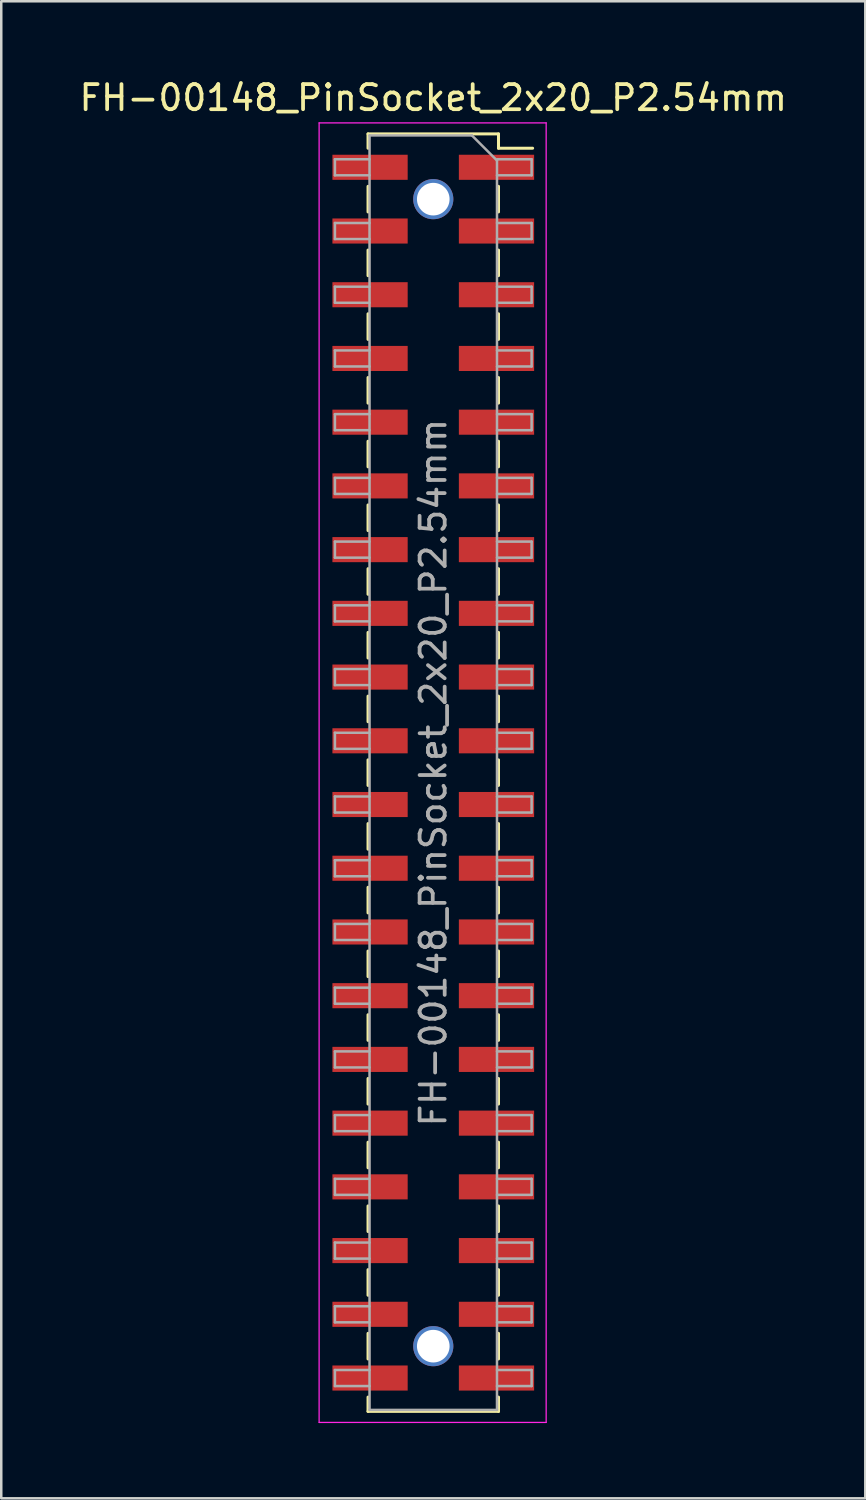
<source format=kicad_pcb>
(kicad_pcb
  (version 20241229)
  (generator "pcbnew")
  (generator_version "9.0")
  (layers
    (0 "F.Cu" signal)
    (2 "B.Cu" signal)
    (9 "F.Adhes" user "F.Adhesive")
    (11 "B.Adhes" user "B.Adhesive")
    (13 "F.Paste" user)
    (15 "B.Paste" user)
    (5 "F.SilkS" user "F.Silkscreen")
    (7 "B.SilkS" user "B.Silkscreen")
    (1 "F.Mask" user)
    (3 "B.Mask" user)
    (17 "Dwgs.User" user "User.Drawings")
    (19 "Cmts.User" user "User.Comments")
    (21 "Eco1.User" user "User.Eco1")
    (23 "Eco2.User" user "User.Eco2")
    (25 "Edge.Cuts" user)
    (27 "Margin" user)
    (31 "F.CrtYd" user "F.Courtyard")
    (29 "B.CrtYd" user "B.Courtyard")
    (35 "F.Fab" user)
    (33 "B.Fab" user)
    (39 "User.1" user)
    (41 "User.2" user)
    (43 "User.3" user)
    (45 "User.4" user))
  (footprint "FH-00148_PinSocket_2x20_P2.54mm"
    (layer "F.Cu")
    (at 14.22 27.748)
    (property "Reference" "FH-00148_PinSocket_2x20_P2.54mm" (at 0 -26.9 0) (layer "F.SilkS") (effects (font (size 1 1) (thickness 0.15))))
    (attr smd)
    (fp_line (start -2.6 -25.46) (end -2.6 -24.89) (stroke (width 0.12) (type solid)) (layer "F.SilkS"))
    (fp_line (start -2.6 -25.46) (end 2.6 -25.46) (stroke (width 0.12) (type solid)) (layer "F.SilkS"))
    (fp_line (start -2.6 -23.37) (end -2.6 -22.35) (stroke (width 0.12) (type solid)) (layer "F.SilkS"))
    (fp_line (start -2.6 -20.83) (end -2.6 -19.81) (stroke (width 0.12) (type solid)) (layer "F.SilkS"))
    (fp_line (start -2.6 -18.29) (end -2.6 -17.27) (stroke (width 0.12) (type solid)) (layer "F.SilkS"))
    (fp_line (start -2.6 -15.75) (end -2.6 -14.73) (stroke (width 0.12) (type solid)) (layer "F.SilkS"))
    (fp_line (start -2.6 -13.21) (end -2.6 -12.19) (stroke (width 0.12) (type solid)) (layer "F.SilkS"))
    (fp_line (start -2.6 -10.67) (end -2.6 -9.65) (stroke (width 0.12) (type solid)) (layer "F.SilkS"))
    (fp_line (start -2.6 -8.13) (end -2.6 -7.11) (stroke (width 0.12) (type solid)) (layer "F.SilkS"))
    (fp_line (start -2.6 -5.59) (end -2.6 -4.57) (stroke (width 0.12) (type solid)) (layer "F.SilkS"))
    (fp_line (start -2.6 -3.05) (end -2.6 -2.03) (stroke (width 0.12) (type solid)) (layer "F.SilkS"))
    (fp_line (start -2.6 -0.51) (end -2.6 0.51) (stroke (width 0.12) (type solid)) (layer "F.SilkS"))
    (fp_line (start -2.6 2.03) (end -2.6 3.05) (stroke (width 0.12) (type solid)) (layer "F.SilkS"))
    (fp_line (start -2.6 4.57) (end -2.6 5.59) (stroke (width 0.12) (type solid)) (layer "F.SilkS"))
    (fp_line (start -2.6 7.11) (end -2.6 8.13) (stroke (width 0.12) (type solid)) (layer "F.SilkS"))
    (fp_line (start -2.6 9.65) (end -2.6 10.67) (stroke (width 0.12) (type solid)) (layer "F.SilkS"))
    (fp_line (start -2.6 12.19) (end -2.6 13.21) (stroke (width 0.12) (type solid)) (layer "F.SilkS"))
    (fp_line (start -2.6 14.73) (end -2.6 15.75) (stroke (width 0.12) (type solid)) (layer "F.SilkS"))
    (fp_line (start -2.6 17.27) (end -2.6 18.29) (stroke (width 0.12) (type solid)) (layer "F.SilkS"))
    (fp_line (start -2.6 19.81) (end -2.6 20.83) (stroke (width 0.12) (type solid)) (layer "F.SilkS"))
    (fp_line (start -2.6 22.35) (end -2.6 23.37) (stroke (width 0.12) (type solid)) (layer "F.SilkS"))
    (fp_line (start -2.6 24.89) (end -2.6 25.46) (stroke (width 0.12) (type solid)) (layer "F.SilkS"))
    (fp_line (start -2.6 25.46) (end 2.6 25.46) (stroke (width 0.12) (type solid)) (layer "F.SilkS"))
    (fp_line (start 2.6 -25.46) (end 2.6 -24.89) (stroke (width 0.12) (type solid)) (layer "F.SilkS"))
    (fp_line (start 2.6 -24.89) (end 3.96 -24.89) (stroke (width 0.12) (type solid)) (layer "F.SilkS"))
    (fp_line (start 2.6 -23.37) (end 2.6 -22.35) (stroke (width 0.12) (type solid)) (layer "F.SilkS"))
    (fp_line (start 2.6 -20.83) (end 2.6 -19.81) (stroke (width 0.12) (type solid)) (layer "F.SilkS"))
    (fp_line (start 2.6 -18.29) (end 2.6 -17.27) (stroke (width 0.12) (type solid)) (layer "F.SilkS"))
    (fp_line (start 2.6 -15.75) (end 2.6 -14.73) (stroke (width 0.12) (type solid)) (layer "F.SilkS"))
    (fp_line (start 2.6 -13.21) (end 2.6 -12.19) (stroke (width 0.12) (type solid)) (layer "F.SilkS"))
    (fp_line (start 2.6 -10.67) (end 2.6 -9.65) (stroke (width 0.12) (type solid)) (layer "F.SilkS"))
    (fp_line (start 2.6 -8.13) (end 2.6 -7.11) (stroke (width 0.12) (type solid)) (layer "F.SilkS"))
    (fp_line (start 2.6 -5.59) (end 2.6 -4.57) (stroke (width 0.12) (type solid)) (layer "F.SilkS"))
    (fp_line (start 2.6 -3.05) (end 2.6 -2.03) (stroke (width 0.12) (type solid)) (layer "F.SilkS"))
    (fp_line (start 2.6 -0.51) (end 2.6 0.51) (stroke (width 0.12) (type solid)) (layer "F.SilkS"))
    (fp_line (start 2.6 2.03) (end 2.6 3.05) (stroke (width 0.12) (type solid)) (layer "F.SilkS"))
    (fp_line (start 2.6 4.57) (end 2.6 5.59) (stroke (width 0.12) (type solid)) (layer "F.SilkS"))
    (fp_line (start 2.6 7.11) (end 2.6 8.13) (stroke (width 0.12) (type solid)) (layer "F.SilkS"))
    (fp_line (start 2.6 9.65) (end 2.6 10.67) (stroke (width 0.12) (type solid)) (layer "F.SilkS"))
    (fp_line (start 2.6 12.19) (end 2.6 13.21) (stroke (width 0.12) (type solid)) (layer "F.SilkS"))
    (fp_line (start 2.6 14.73) (end 2.6 15.75) (stroke (width 0.12) (type solid)) (layer "F.SilkS"))
    (fp_line (start 2.6 17.27) (end 2.6 18.29) (stroke (width 0.12) (type solid)) (layer "F.SilkS"))
    (fp_line (start 2.6 19.81) (end 2.6 20.83) (stroke (width 0.12) (type solid)) (layer "F.SilkS"))
    (fp_line (start 2.6 22.35) (end 2.6 23.37) (stroke (width 0.12) (type solid)) (layer "F.SilkS"))
    (fp_line (start 2.6 24.89) (end 2.6 25.46) (stroke (width 0.12) (type solid)) (layer "F.SilkS"))
    (fp_line (start -4.55 -25.9) (end 4.5 -25.9) (stroke (width 0.05) (type solid)) (layer "F.CrtYd"))
    (fp_line (start -4.55 25.9) (end -4.55 -25.9) (stroke (width 0.05) (type solid)) (layer "F.CrtYd"))
    (fp_line (start 4.5 -25.9) (end 4.5 25.9) (stroke (width 0.05) (type solid)) (layer "F.CrtYd"))
    (fp_line (start 4.5 25.9) (end -4.55 25.9) (stroke (width 0.05) (type solid)) (layer "F.CrtYd"))
    (fp_line (start -3.92 -24.45) (end -2.54 -24.45) (stroke (width 0.1) (type solid)) (layer "F.Fab"))
    (fp_line (start -3.92 -23.81) (end -3.92 -24.45) (stroke (width 0.1) (type solid)) (layer "F.Fab"))
    (fp_line (start -3.92 -21.91) (end -2.54 -21.91) (stroke (width 0.1) (type solid)) (layer "F.Fab"))
    (fp_line (start -3.92 -21.27) (end -3.92 -21.91) (stroke (width 0.1) (type solid)) (layer "F.Fab"))
    (fp_line (start -3.92 -19.37) (end -2.54 -19.37) (stroke (width 0.1) (type solid)) (layer "F.Fab"))
    (fp_line (start -3.92 -18.73) (end -3.92 -19.37) (stroke (width 0.1) (type solid)) (layer "F.Fab"))
    (fp_line (start -3.92 -16.83) (end -2.54 -16.83) (stroke (width 0.1) (type solid)) (layer "F.Fab"))
    (fp_line (start -3.92 -16.19) (end -3.92 -16.83) (stroke (width 0.1) (type solid)) (layer "F.Fab"))
    (fp_line (start -3.92 -14.29) (end -2.54 -14.29) (stroke (width 0.1) (type solid)) (layer "F.Fab"))
    (fp_line (start -3.92 -13.65) (end -3.92 -14.29) (stroke (width 0.1) (type solid)) (layer "F.Fab"))
    (fp_line (start -3.92 -11.75) (end -2.54 -11.75) (stroke (width 0.1) (type solid)) (layer "F.Fab"))
    (fp_line (start -3.92 -11.11) (end -3.92 -11.75) (stroke (width 0.1) (type solid)) (layer "F.Fab"))
    (fp_line (start -3.92 -9.21) (end -2.54 -9.21) (stroke (width 0.1) (type solid)) (layer "F.Fab"))
    (fp_line (start -3.92 -8.57) (end -3.92 -9.21) (stroke (width 0.1) (type solid)) (layer "F.Fab"))
    (fp_line (start -3.92 -6.67) (end -2.54 -6.67) (stroke (width 0.1) (type solid)) (layer "F.Fab"))
    (fp_line (start -3.92 -6.03) (end -3.92 -6.67) (stroke (width 0.1) (type solid)) (layer "F.Fab"))
    (fp_line (start -3.92 -4.13) (end -2.54 -4.13) (stroke (width 0.1) (type solid)) (layer "F.Fab"))
    (fp_line (start -3.92 -3.49) (end -3.92 -4.13) (stroke (width 0.1) (type solid)) (layer "F.Fab"))
    (fp_line (start -3.92 -1.59) (end -2.54 -1.59) (stroke (width 0.1) (type solid)) (layer "F.Fab"))
    (fp_line (start -3.92 -0.95) (end -3.92 -1.59) (stroke (width 0.1) (type solid)) (layer "F.Fab"))
    (fp_line (start -3.92 0.95) (end -2.54 0.95) (stroke (width 0.1) (type solid)) (layer "F.Fab"))
    (fp_line (start -3.92 1.59) (end -3.92 0.95) (stroke (width 0.1) (type solid)) (layer "F.Fab"))
    (fp_line (start -3.92 3.49) (end -2.54 3.49) (stroke (width 0.1) (type solid)) (layer "F.Fab"))
    (fp_line (start -3.92 4.13) (end -3.92 3.49) (stroke (width 0.1) (type solid)) (layer "F.Fab"))
    (fp_line (start -3.92 6.03) (end -2.54 6.03) (stroke (width 0.1) (type solid)) (layer "F.Fab"))
    (fp_line (start -3.92 6.67) (end -3.92 6.03) (stroke (width 0.1) (type solid)) (layer "F.Fab"))
    (fp_line (start -3.92 8.57) (end -2.54 8.57) (stroke (width 0.1) (type solid)) (layer "F.Fab"))
    (fp_line (start -3.92 9.21) (end -3.92 8.57) (stroke (width 0.1) (type solid)) (layer "F.Fab"))
    (fp_line (start -3.92 11.11) (end -2.54 11.11) (stroke (width 0.1) (type solid)) (layer "F.Fab"))
    (fp_line (start -3.92 11.75) (end -3.92 11.11) (stroke (width 0.1) (type solid)) (layer "F.Fab"))
    (fp_line (start -3.92 13.65) (end -2.54 13.65) (stroke (width 0.1) (type solid)) (layer "F.Fab"))
    (fp_line (start -3.92 14.29) (end -3.92 13.65) (stroke (width 0.1) (type solid)) (layer "F.Fab"))
    (fp_line (start -3.92 16.19) (end -2.54 16.19) (stroke (width 0.1) (type solid)) (layer "F.Fab"))
    (fp_line (start -3.92 16.83) (end -3.92 16.19) (stroke (width 0.1) (type solid)) (layer "F.Fab"))
    (fp_line (start -3.92 18.73) (end -2.54 18.73) (stroke (width 0.1) (type solid)) (layer "F.Fab"))
    (fp_line (start -3.92 19.37) (end -3.92 18.73) (stroke (width 0.1) (type solid)) (layer "F.Fab"))
    (fp_line (start -3.92 21.27) (end -2.54 21.27) (stroke (width 0.1) (type solid)) (layer "F.Fab"))
    (fp_line (start -3.92 21.91) (end -3.92 21.27) (stroke (width 0.1) (type solid)) (layer "F.Fab"))
    (fp_line (start -3.92 23.81) (end -2.54 23.81) (stroke (width 0.1) (type solid)) (layer "F.Fab"))
    (fp_line (start -3.92 24.45) (end -3.92 23.81) (stroke (width 0.1) (type solid)) (layer "F.Fab"))
    (fp_line (start -2.54 -25.4) (end 1.54 -25.4) (stroke (width 0.1) (type solid)) (layer "F.Fab"))
    (fp_line (start -2.54 -23.81) (end -3.92 -23.81) (stroke (width 0.1) (type solid)) (layer "F.Fab"))
    (fp_line (start -2.54 -21.27) (end -3.92 -21.27) (stroke (width 0.1) (type solid)) (layer "F.Fab"))
    (fp_line (start -2.54 -18.73) (end -3.92 -18.73) (stroke (width 0.1) (type solid)) (layer "F.Fab"))
    (fp_line (start -2.54 -16.19) (end -3.92 -16.19) (stroke (width 0.1) (type solid)) (layer "F.Fab"))
    (fp_line (start -2.54 -13.65) (end -3.92 -13.65) (stroke (width 0.1) (type solid)) (layer "F.Fab"))
    (fp_line (start -2.54 -11.11) (end -3.92 -11.11) (stroke (width 0.1) (type solid)) (layer "F.Fab"))
    (fp_line (start -2.54 -8.57) (end -3.92 -8.57) (stroke (width 0.1) (type solid)) (layer "F.Fab"))
    (fp_line (start -2.54 -6.03) (end -3.92 -6.03) (stroke (width 0.1) (type solid)) (layer "F.Fab"))
    (fp_line (start -2.54 -3.49) (end -3.92 -3.49) (stroke (width 0.1) (type solid)) (layer "F.Fab"))
    (fp_line (start -2.54 -0.95) (end -3.92 -0.95) (stroke (width 0.1) (type solid)) (layer "F.Fab"))
    (fp_line (start -2.54 1.59) (end -3.92 1.59) (stroke (width 0.1) (type solid)) (layer "F.Fab"))
    (fp_line (start -2.54 4.13) (end -3.92 4.13) (stroke (width 0.1) (type solid)) (layer "F.Fab"))
    (fp_line (start -2.54 6.67) (end -3.92 6.67) (stroke (width 0.1) (type solid)) (layer "F.Fab"))
    (fp_line (start -2.54 9.21) (end -3.92 9.21) (stroke (width 0.1) (type solid)) (layer "F.Fab"))
    (fp_line (start -2.54 11.75) (end -3.92 11.75) (stroke (width 0.1) (type solid)) (layer "F.Fab"))
    (fp_line (start -2.54 14.29) (end -3.92 14.29) (stroke (width 0.1) (type solid)) (layer "F.Fab"))
    (fp_line (start -2.54 16.83) (end -3.92 16.83) (stroke (width 0.1) (type solid)) (layer "F.Fab"))
    (fp_line (start -2.54 19.37) (end -3.92 19.37) (stroke (width 0.1) (type solid)) (layer "F.Fab"))
    (fp_line (start -2.54 21.91) (end -3.92 21.91) (stroke (width 0.1) (type solid)) (layer "F.Fab"))
    (fp_line (start -2.54 24.45) (end -3.92 24.45) (stroke (width 0.1) (type solid)) (layer "F.Fab"))
    (fp_line (start -2.54 25.4) (end -2.54 -25.4) (stroke (width 0.1) (type solid)) (layer "F.Fab"))
    (fp_line (start 1.54 -25.4) (end 2.54 -24.4) (stroke (width 0.1) (type solid)) (layer "F.Fab"))
    (fp_line (start 2.54 -24.45) (end 3.92 -24.45) (stroke (width 0.1) (type solid)) (layer "F.Fab"))
    (fp_line (start 2.54 -24.4) (end 2.54 25.4) (stroke (width 0.1) (type solid)) (layer "F.Fab"))
    (fp_line (start 2.54 -21.91) (end 3.92 -21.91) (stroke (width 0.1) (type solid)) (layer "F.Fab"))
    (fp_line (start 2.54 -19.37) (end 3.92 -19.37) (stroke (width 0.1) (type solid)) (layer "F.Fab"))
    (fp_line (start 2.54 -16.83) (end 3.92 -16.83) (stroke (width 0.1) (type solid)) (layer "F.Fab"))
    (fp_line (start 2.54 -14.29) (end 3.92 -14.29) (stroke (width 0.1) (type solid)) (layer "F.Fab"))
    (fp_line (start 2.54 -11.75) (end 3.92 -11.75) (stroke (width 0.1) (type solid)) (layer "F.Fab"))
    (fp_line (start 2.54 -9.21) (end 3.92 -9.21) (stroke (width 0.1) (type solid)) (layer "F.Fab"))
    (fp_line (start 2.54 -6.67) (end 3.92 -6.67) (stroke (width 0.1) (type solid)) (layer "F.Fab"))
    (fp_line (start 2.54 -4.13) (end 3.92 -4.13) (stroke (width 0.1) (type solid)) (layer "F.Fab"))
    (fp_line (start 2.54 -1.59) (end 3.92 -1.59) (stroke (width 0.1) (type solid)) (layer "F.Fab"))
    (fp_line (start 2.54 0.95) (end 3.92 0.95) (stroke (width 0.1) (type solid)) (layer "F.Fab"))
    (fp_line (start 2.54 3.49) (end 3.92 3.49) (stroke (width 0.1) (type solid)) (layer "F.Fab"))
    (fp_line (start 2.54 6.03) (end 3.92 6.03) (stroke (width 0.1) (type solid)) (layer "F.Fab"))
    (fp_line (start 2.54 8.57) (end 3.92 8.57) (stroke (width 0.1) (type solid)) (layer "F.Fab"))
    (fp_line (start 2.54 11.11) (end 3.92 11.11) (stroke (width 0.1) (type solid)) (layer "F.Fab"))
    (fp_line (start 2.54 13.65) (end 3.92 13.65) (stroke (width 0.1) (type solid)) (layer "F.Fab"))
    (fp_line (start 2.54 16.19) (end 3.92 16.19) (stroke (width 0.1) (type solid)) (layer "F.Fab"))
    (fp_line (start 2.54 18.73) (end 3.92 18.73) (stroke (width 0.1) (type solid)) (layer "F.Fab"))
    (fp_line (start 2.54 21.27) (end 3.92 21.27) (stroke (width 0.1) (type solid)) (layer "F.Fab"))
    (fp_line (start 2.54 23.81) (end 3.92 23.81) (stroke (width 0.1) (type solid)) (layer "F.Fab"))
    (fp_line (start 2.54 25.4) (end -2.54 25.4) (stroke (width 0.1) (type solid)) (layer "F.Fab"))
    (fp_line (start 3.92 -24.45) (end 3.92 -23.81) (stroke (width 0.1) (type solid)) (layer "F.Fab"))
    (fp_line (start 3.92 -23.81) (end 2.54 -23.81) (stroke (width 0.1) (type solid)) (layer "F.Fab"))
    (fp_line (start 3.92 -21.91) (end 3.92 -21.27) (stroke (width 0.1) (type solid)) (layer "F.Fab"))
    (fp_line (start 3.92 -21.27) (end 2.54 -21.27) (stroke (width 0.1) (type solid)) (layer "F.Fab"))
    (fp_line (start 3.92 -19.37) (end 3.92 -18.73) (stroke (width 0.1) (type solid)) (layer "F.Fab"))
    (fp_line (start 3.92 -18.73) (end 2.54 -18.73) (stroke (width 0.1) (type solid)) (layer "F.Fab"))
    (fp_line (start 3.92 -16.83) (end 3.92 -16.19) (stroke (width 0.1) (type solid)) (layer "F.Fab"))
    (fp_line (start 3.92 -16.19) (end 2.54 -16.19) (stroke (width 0.1) (type solid)) (layer "F.Fab"))
    (fp_line (start 3.92 -14.29) (end 3.92 -13.65) (stroke (width 0.1) (type solid)) (layer "F.Fab"))
    (fp_line (start 3.92 -13.65) (end 2.54 -13.65) (stroke (width 0.1) (type solid)) (layer "F.Fab"))
    (fp_line (start 3.92 -11.75) (end 3.92 -11.11) (stroke (width 0.1) (type solid)) (layer "F.Fab"))
    (fp_line (start 3.92 -11.11) (end 2.54 -11.11) (stroke (width 0.1) (type solid)) (layer "F.Fab"))
    (fp_line (start 3.92 -9.21) (end 3.92 -8.57) (stroke (width 0.1) (type solid)) (layer "F.Fab"))
    (fp_line (start 3.92 -8.57) (end 2.54 -8.57) (stroke (width 0.1) (type solid)) (layer "F.Fab"))
    (fp_line (start 3.92 -6.67) (end 3.92 -6.03) (stroke (width 0.1) (type solid)) (layer "F.Fab"))
    (fp_line (start 3.92 -6.03) (end 2.54 -6.03) (stroke (width 0.1) (type solid)) (layer "F.Fab"))
    (fp_line (start 3.92 -4.13) (end 3.92 -3.49) (stroke (width 0.1) (type solid)) (layer "F.Fab"))
    (fp_line (start 3.92 -3.49) (end 2.54 -3.49) (stroke (width 0.1) (type solid)) (layer "F.Fab"))
    (fp_line (start 3.92 -1.59) (end 3.92 -0.95) (stroke (width 0.1) (type solid)) (layer "F.Fab"))
    (fp_line (start 3.92 -0.95) (end 2.54 -0.95) (stroke (width 0.1) (type solid)) (layer "F.Fab"))
    (fp_line (start 3.92 0.95) (end 3.92 1.59) (stroke (width 0.1) (type solid)) (layer "F.Fab"))
    (fp_line (start 3.92 1.59) (end 2.54 1.59) (stroke (width 0.1) (type solid)) (layer "F.Fab"))
    (fp_line (start 3.92 3.49) (end 3.92 4.13) (stroke (width 0.1) (type solid)) (layer "F.Fab"))
    (fp_line (start 3.92 4.13) (end 2.54 4.13) (stroke (width 0.1) (type solid)) (layer "F.Fab"))
    (fp_line (start 3.92 6.03) (end 3.92 6.67) (stroke (width 0.1) (type solid)) (layer "F.Fab"))
    (fp_line (start 3.92 6.67) (end 2.54 6.67) (stroke (width 0.1) (type solid)) (layer "F.Fab"))
    (fp_line (start 3.92 8.57) (end 3.92 9.21) (stroke (width 0.1) (type solid)) (layer "F.Fab"))
    (fp_line (start 3.92 9.21) (end 2.54 9.21) (stroke (width 0.1) (type solid)) (layer "F.Fab"))
    (fp_line (start 3.92 11.11) (end 3.92 11.75) (stroke (width 0.1) (type solid)) (layer "F.Fab"))
    (fp_line (start 3.92 11.75) (end 2.54 11.75) (stroke (width 0.1) (type solid)) (layer "F.Fab"))
    (fp_line (start 3.92 13.65) (end 3.92 14.29) (stroke (width 0.1) (type solid)) (layer "F.Fab"))
    (fp_line (start 3.92 14.29) (end 2.54 14.29) (stroke (width 0.1) (type solid)) (layer "F.Fab"))
    (fp_line (start 3.92 16.19) (end 3.92 16.83) (stroke (width 0.1) (type solid)) (layer "F.Fab"))
    (fp_line (start 3.92 16.83) (end 2.54 16.83) (stroke (width 0.1) (type solid)) (layer "F.Fab"))
    (fp_line (start 3.92 18.73) (end 3.92 19.37) (stroke (width 0.1) (type solid)) (layer "F.Fab"))
    (fp_line (start 3.92 19.37) (end 2.54 19.37) (stroke (width 0.1) (type solid)) (layer "F.Fab"))
    (fp_line (start 3.92 21.27) (end 3.92 21.91) (stroke (width 0.1) (type solid)) (layer "F.Fab"))
    (fp_line (start 3.92 21.91) (end 2.54 21.91) (stroke (width 0.1) (type solid)) (layer "F.Fab"))
    (fp_line (start 3.92 23.81) (end 3.92 24.45) (stroke (width 0.1) (type solid)) (layer "F.Fab"))
    (fp_line (start 3.92 24.45) (end 2.54 24.45) (stroke (width 0.1) (type solid)) (layer "F.Fab"))
    (fp_text user "${REFERENCE}" (at 0 0 90) (layer "F.Fab") (effects (font (size 1 1) (thickness 0.15))))
    (pad "" np_thru_hole circle (at 0 -22.86) (size 1.6 1.6) (drill 1.3) (layers "*.Cu" "*.Mask"))
    (pad "" np_thru_hole circle (at 0 22.86) (size 1.6 1.6) (drill 1.3) (layers "*.Cu" "*.Mask"))
    (pad "1" smd rect (at 2.52 -24.13) (size 3 1) (layers "F.Cu" "F.Mask" "F.Paste"))
    (pad "2" smd rect (at -2.52 -24.13) (size 3 1) (layers "F.Cu" "F.Mask" "F.Paste"))
    (pad "3" smd rect (at 2.52 -21.59) (size 3 1) (layers "F.Cu" "F.Mask" "F.Paste"))
    (pad "4" smd rect (at -2.52 -21.59) (size 3 1) (layers "F.Cu" "F.Mask" "F.Paste"))
    (pad "5" smd rect (at 2.52 -19.05) (size 3 1) (layers "F.Cu" "F.Mask" "F.Paste"))
    (pad "6" smd rect (at -2.52 -19.05) (size 3 1) (layers "F.Cu" "F.Mask" "F.Paste"))
    (pad "7" smd rect (at 2.52 -16.51) (size 3 1) (layers "F.Cu" "F.Mask" "F.Paste"))
    (pad "8" smd rect (at -2.52 -16.51) (size 3 1) (layers "F.Cu" "F.Mask" "F.Paste"))
    (pad "9" smd rect (at 2.52 -13.97) (size 3 1) (layers "F.Cu" "F.Mask" "F.Paste"))
    (pad "10" smd rect (at -2.52 -13.97) (size 3 1) (layers "F.Cu" "F.Mask" "F.Paste"))
    (pad "11" smd rect (at 2.52 -11.43) (size 3 1) (layers "F.Cu" "F.Mask" "F.Paste"))
    (pad "12" smd rect (at -2.52 -11.43) (size 3 1) (layers "F.Cu" "F.Mask" "F.Paste"))
    (pad "13" smd rect (at 2.52 -8.89) (size 3 1) (layers "F.Cu" "F.Mask" "F.Paste"))
    (pad "14" smd rect (at -2.52 -8.89) (size 3 1) (layers "F.Cu" "F.Mask" "F.Paste"))
    (pad "15" smd rect (at 2.52 -6.35) (size 3 1) (layers "F.Cu" "F.Mask" "F.Paste"))
    (pad "16" smd rect (at -2.52 -6.35) (size 3 1) (layers "F.Cu" "F.Mask" "F.Paste"))
    (pad "17" smd rect (at 2.52 -3.81) (size 3 1) (layers "F.Cu" "F.Mask" "F.Paste"))
    (pad "18" smd rect (at -2.52 -3.81) (size 3 1) (layers "F.Cu" "F.Mask" "F.Paste"))
    (pad "19" smd rect (at 2.52 -1.27) (size 3 1) (layers "F.Cu" "F.Mask" "F.Paste"))
    (pad "20" smd rect (at -2.52 -1.27) (size 3 1) (layers "F.Cu" "F.Mask" "F.Paste"))
    (pad "21" smd rect (at 2.52 1.27) (size 3 1) (layers "F.Cu" "F.Mask" "F.Paste"))
    (pad "22" smd rect (at -2.52 1.27) (size 3 1) (layers "F.Cu" "F.Mask" "F.Paste"))
    (pad "23" smd rect (at 2.52 3.81) (size 3 1) (layers "F.Cu" "F.Mask" "F.Paste"))
    (pad "24" smd rect (at -2.52 3.81) (size 3 1) (layers "F.Cu" "F.Mask" "F.Paste"))
    (pad "25" smd rect (at 2.52 6.35) (size 3 1) (layers "F.Cu" "F.Mask" "F.Paste"))
    (pad "26" smd rect (at -2.52 6.35) (size 3 1) (layers "F.Cu" "F.Mask" "F.Paste"))
    (pad "27" smd rect (at 2.52 8.89) (size 3 1) (layers "F.Cu" "F.Mask" "F.Paste"))
    (pad "28" smd rect (at -2.52 8.89) (size 3 1) (layers "F.Cu" "F.Mask" "F.Paste"))
    (pad "29" smd rect (at 2.52 11.43) (size 3 1) (layers "F.Cu" "F.Mask" "F.Paste"))
    (pad "30" smd rect (at -2.52 11.43) (size 3 1) (layers "F.Cu" "F.Mask" "F.Paste"))
    (pad "31" smd rect (at 2.52 13.97) (size 3 1) (layers "F.Cu" "F.Mask" "F.Paste"))
    (pad "32" smd rect (at -2.52 13.97) (size 3 1) (layers "F.Cu" "F.Mask" "F.Paste"))
    (pad "33" smd rect (at 2.52 16.51) (size 3 1) (layers "F.Cu" "F.Mask" "F.Paste"))
    (pad "34" smd rect (at -2.52 16.51) (size 3 1) (layers "F.Cu" "F.Mask" "F.Paste"))
    (pad "35" smd rect (at 2.52 19.05) (size 3 1) (layers "F.Cu" "F.Mask" "F.Paste"))
    (pad "36" smd rect (at -2.52 19.05) (size 3 1) (layers "F.Cu" "F.Mask" "F.Paste"))
    (pad "37" smd rect (at 2.52 21.59) (size 3 1) (layers "F.Cu" "F.Mask" "F.Paste"))
    (pad "38" smd rect (at -2.52 21.59) (size 3 1) (layers "F.Cu" "F.Mask" "F.Paste"))
    (pad "39" smd rect (at 2.52 24.13) (size 3 1) (layers "F.Cu" "F.Mask" "F.Paste"))
    (pad "40" smd rect (at -2.52 24.13) (size 3 1) (layers "F.Cu" "F.Mask" "F.Paste")))
  (gr_rect
    (start -3 -3)
    (end 31.44 56.673)
    (stroke (width 0.1) (type default))
    (fill no)
    (layer "Edge.Cuts")))
</source>
